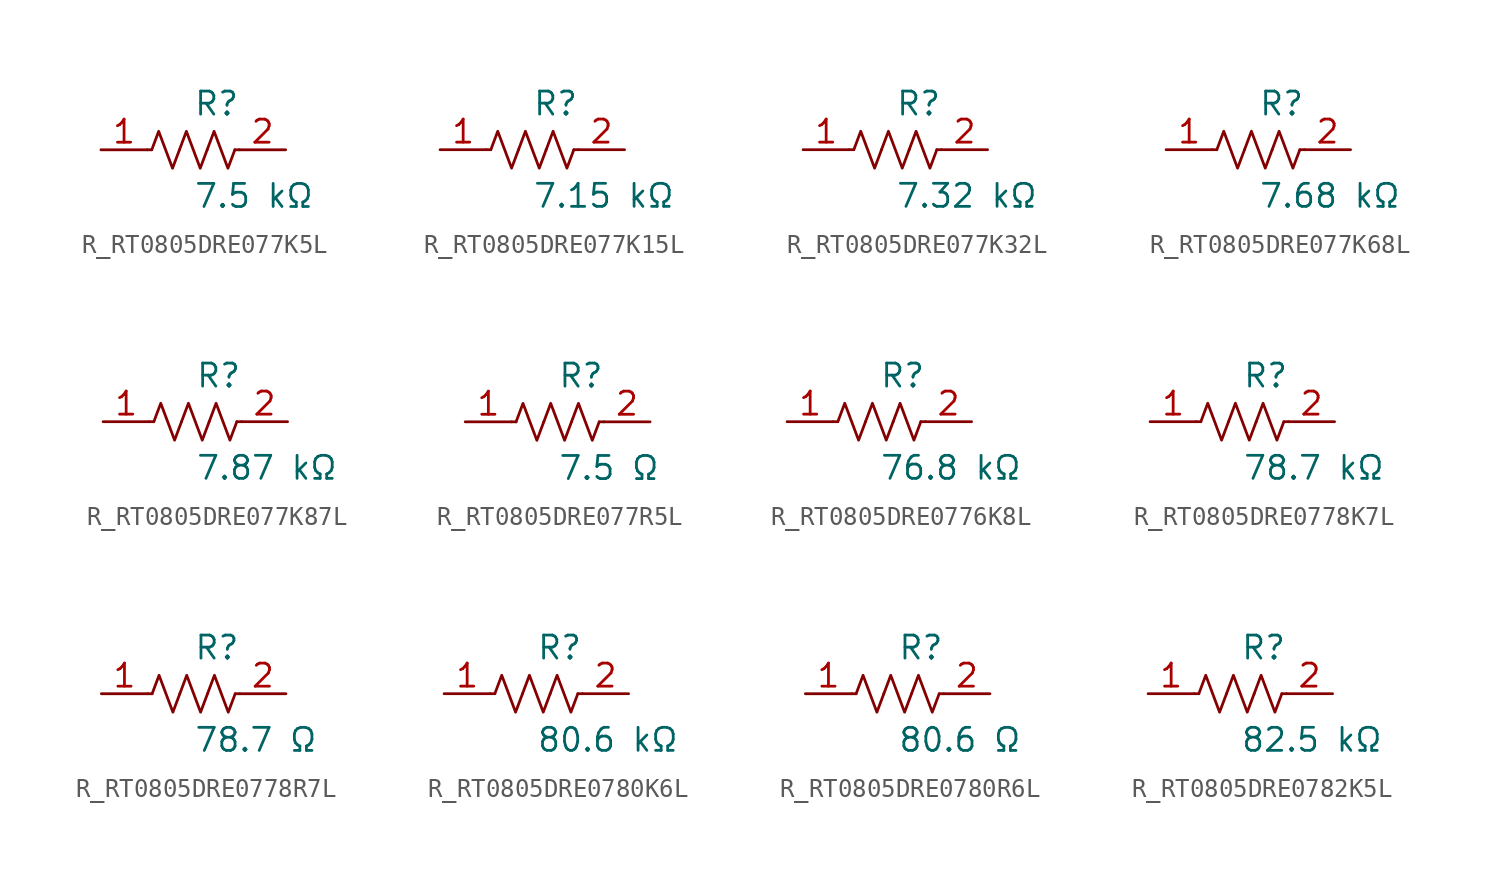
<source format=kicad_sym>
(kicad_symbol_lib
  (version 20231120)
  (generator kicad_symbol_editor)
  (generator_version 8.0)
  (symbol "R_RT0805DRE077K5L"
    (pin_names
      (offset 0.254))
    (property "Reference" "R"
      (at 0 2.54 0)
      (effects (font (size 1.27 1.27)) (justify left)))
    (property "Value" "7.5 kΩ"
      (at 0 -2.54 0)
      (effects (font (size 1.27 1.27)) (justify left)))
    (symbol "R_RT0805DRE077K5L_0_1"
      (polyline (pts (xy 2.286 0) (xy 2.54 0)) (stroke (width 0) (type default)) (fill (type none)))
      (polyline (pts (xy -2.286 0) (xy -2.54 0)) (stroke (width 0) (type default)) (fill (type none)))
      (polyline (pts (xy 0.762 0) (xy 1.143 1.016) (xy 1.524 0) (xy 1.905 -1.016) (xy 2.286 0)) (stroke (width 0) (type default)) (fill (type none)))
      (polyline (pts (xy -0.762 0) (xy -0.381 1.016) (xy 0 0) (xy 0.381 -1.016) (xy 0.762 0)) (stroke (width 0) (type default)) (fill (type none)))
      (polyline (pts (xy -2.286 0) (xy -1.905 1.016) (xy -1.524 0) (xy -1.143 -1.016) (xy -0.762 0)) (stroke (width 0) (type default)) (fill (type none))))
    (pin passive line
      (at -5.08 0 0)
      (length 2.54)
      (name "" (effects (font (size 1.27 1.27))))
      (number "1" (effects (font (size 1.27 1.27)))))
    (pin passive line
      (at 5.08 0 180)
      (length 2.54)
      (name "" (effects (font (size 1.27 1.27))))
      (number "2" (effects (font (size 1.27 1.27))))))
  (symbol "R_RT0805DRE077K15L"
    (pin_names
      (offset 0.254))
    (property "Reference" "R"
      (at 0 2.54 0)
      (effects (font (size 1.27 1.27)) (justify left)))
    (property "Value" "7.15 kΩ"
      (at 0 -2.54 0)
      (effects (font (size 1.27 1.27)) (justify left)))
    (symbol "R_RT0805DRE077K15L_0_1"
      (polyline (pts (xy 2.286 0) (xy 2.54 0)) (stroke (width 0) (type default)) (fill (type none)))
      (polyline (pts (xy -2.286 0) (xy -2.54 0)) (stroke (width 0) (type default)) (fill (type none)))
      (polyline (pts (xy 0.762 0) (xy 1.143 1.016) (xy 1.524 0) (xy 1.905 -1.016) (xy 2.286 0)) (stroke (width 0) (type default)) (fill (type none)))
      (polyline (pts (xy -0.762 0) (xy -0.381 1.016) (xy 0 0) (xy 0.381 -1.016) (xy 0.762 0)) (stroke (width 0) (type default)) (fill (type none)))
      (polyline (pts (xy -2.286 0) (xy -1.905 1.016) (xy -1.524 0) (xy -1.143 -1.016) (xy -0.762 0)) (stroke (width 0) (type default)) (fill (type none))))
    (pin passive line
      (at -5.08 0 0)
      (length 2.54)
      (name "" (effects (font (size 1.27 1.27))))
      (number "1" (effects (font (size 1.27 1.27)))))
    (pin passive line
      (at 5.08 0 180)
      (length 2.54)
      (name "" (effects (font (size 1.27 1.27))))
      (number "2" (effects (font (size 1.27 1.27))))))
  (symbol "R_RT0805DRE077K32L"
    (pin_names
      (offset 0.254))
    (property "Reference" "R"
      (at 0 2.54 0)
      (effects (font (size 1.27 1.27)) (justify left)))
    (property "Value" "7.32 kΩ"
      (at 0 -2.54 0)
      (effects (font (size 1.27 1.27)) (justify left)))
    (symbol "R_RT0805DRE077K32L_0_1"
      (polyline (pts (xy 2.286 0) (xy 2.54 0)) (stroke (width 0) (type default)) (fill (type none)))
      (polyline (pts (xy -2.286 0) (xy -2.54 0)) (stroke (width 0) (type default)) (fill (type none)))
      (polyline (pts (xy 0.762 0) (xy 1.143 1.016) (xy 1.524 0) (xy 1.905 -1.016) (xy 2.286 0)) (stroke (width 0) (type default)) (fill (type none)))
      (polyline (pts (xy -0.762 0) (xy -0.381 1.016) (xy 0 0) (xy 0.381 -1.016) (xy 0.762 0)) (stroke (width 0) (type default)) (fill (type none)))
      (polyline (pts (xy -2.286 0) (xy -1.905 1.016) (xy -1.524 0) (xy -1.143 -1.016) (xy -0.762 0)) (stroke (width 0) (type default)) (fill (type none))))
    (pin passive line
      (at -5.08 0 0)
      (length 2.54)
      (name "" (effects (font (size 1.27 1.27))))
      (number "1" (effects (font (size 1.27 1.27)))))
    (pin passive line
      (at 5.08 0 180)
      (length 2.54)
      (name "" (effects (font (size 1.27 1.27))))
      (number "2" (effects (font (size 1.27 1.27))))))
  (symbol "R_RT0805DRE077K68L"
    (pin_names
      (offset 0.254))
    (property "Reference" "R"
      (at 0 2.54 0)
      (effects (font (size 1.27 1.27)) (justify left)))
    (property "Value" "7.68 kΩ"
      (at 0 -2.54 0)
      (effects (font (size 1.27 1.27)) (justify left)))
    (symbol "R_RT0805DRE077K68L_0_1"
      (polyline (pts (xy 2.286 0) (xy 2.54 0)) (stroke (width 0) (type default)) (fill (type none)))
      (polyline (pts (xy -2.286 0) (xy -2.54 0)) (stroke (width 0) (type default)) (fill (type none)))
      (polyline (pts (xy 0.762 0) (xy 1.143 1.016) (xy 1.524 0) (xy 1.905 -1.016) (xy 2.286 0)) (stroke (width 0) (type default)) (fill (type none)))
      (polyline (pts (xy -0.762 0) (xy -0.381 1.016) (xy 0 0) (xy 0.381 -1.016) (xy 0.762 0)) (stroke (width 0) (type default)) (fill (type none)))
      (polyline (pts (xy -2.286 0) (xy -1.905 1.016) (xy -1.524 0) (xy -1.143 -1.016) (xy -0.762 0)) (stroke (width 0) (type default)) (fill (type none))))
    (pin passive line
      (at -5.08 0 0)
      (length 2.54)
      (name "" (effects (font (size 1.27 1.27))))
      (number "1" (effects (font (size 1.27 1.27)))))
    (pin passive line
      (at 5.08 0 180)
      (length 2.54)
      (name "" (effects (font (size 1.27 1.27))))
      (number "2" (effects (font (size 1.27 1.27))))))
  (symbol "R_RT0805DRE077K87L"
    (pin_names
      (offset 0.254))
    (property "Reference" "R"
      (at 0 2.54 0)
      (effects (font (size 1.27 1.27)) (justify left)))
    (property "Value" "7.87 kΩ"
      (at 0 -2.54 0)
      (effects (font (size 1.27 1.27)) (justify left)))
    (symbol "R_RT0805DRE077K87L_0_1"
      (polyline (pts (xy 2.286 0) (xy 2.54 0)) (stroke (width 0) (type default)) (fill (type none)))
      (polyline (pts (xy -2.286 0) (xy -2.54 0)) (stroke (width 0) (type default)) (fill (type none)))
      (polyline (pts (xy 0.762 0) (xy 1.143 1.016) (xy 1.524 0) (xy 1.905 -1.016) (xy 2.286 0)) (stroke (width 0) (type default)) (fill (type none)))
      (polyline (pts (xy -0.762 0) (xy -0.381 1.016) (xy 0 0) (xy 0.381 -1.016) (xy 0.762 0)) (stroke (width 0) (type default)) (fill (type none)))
      (polyline (pts (xy -2.286 0) (xy -1.905 1.016) (xy -1.524 0) (xy -1.143 -1.016) (xy -0.762 0)) (stroke (width 0) (type default)) (fill (type none))))
    (pin passive line
      (at -5.08 0 0)
      (length 2.54)
      (name "" (effects (font (size 1.27 1.27))))
      (number "1" (effects (font (size 1.27 1.27)))))
    (pin passive line
      (at 5.08 0 180)
      (length 2.54)
      (name "" (effects (font (size 1.27 1.27))))
      (number "2" (effects (font (size 1.27 1.27))))))
  (symbol "R_RT0805DRE077R5L"
    (pin_names
      (offset 0.254))
    (property "Reference" "R"
      (at 0 2.54 0)
      (effects (font (size 1.27 1.27)) (justify left)))
    (property "Value" "7.5 Ω"
      (at 0 -2.54 0)
      (effects (font (size 1.27 1.27)) (justify left)))
    (symbol "R_RT0805DRE077R5L_0_1"
      (polyline (pts (xy 2.286 0) (xy 2.54 0)) (stroke (width 0) (type default)) (fill (type none)))
      (polyline (pts (xy -2.286 0) (xy -2.54 0)) (stroke (width 0) (type default)) (fill (type none)))
      (polyline (pts (xy 0.762 0) (xy 1.143 1.016) (xy 1.524 0) (xy 1.905 -1.016) (xy 2.286 0)) (stroke (width 0) (type default)) (fill (type none)))
      (polyline (pts (xy -0.762 0) (xy -0.381 1.016) (xy 0 0) (xy 0.381 -1.016) (xy 0.762 0)) (stroke (width 0) (type default)) (fill (type none)))
      (polyline (pts (xy -2.286 0) (xy -1.905 1.016) (xy -1.524 0) (xy -1.143 -1.016) (xy -0.762 0)) (stroke (width 0) (type default)) (fill (type none))))
    (pin passive line
      (at -5.08 0 0)
      (length 2.54)
      (name "" (effects (font (size 1.27 1.27))))
      (number "1" (effects (font (size 1.27 1.27)))))
    (pin passive line
      (at 5.08 0 180)
      (length 2.54)
      (name "" (effects (font (size 1.27 1.27))))
      (number "2" (effects (font (size 1.27 1.27))))))
  (symbol "R_RT0805DRE0776K8L"
    (pin_names
      (offset 0.254))
    (property "Reference" "R"
      (at 0 2.54 0)
      (effects (font (size 1.27 1.27)) (justify left)))
    (property "Value" "76.8 kΩ"
      (at 0 -2.54 0)
      (effects (font (size 1.27 1.27)) (justify left)))
    (symbol "R_RT0805DRE0776K8L_0_1"
      (polyline (pts (xy 2.286 0) (xy 2.54 0)) (stroke (width 0) (type default)) (fill (type none)))
      (polyline (pts (xy -2.286 0) (xy -2.54 0)) (stroke (width 0) (type default)) (fill (type none)))
      (polyline (pts (xy 0.762 0) (xy 1.143 1.016) (xy 1.524 0) (xy 1.905 -1.016) (xy 2.286 0)) (stroke (width 0) (type default)) (fill (type none)))
      (polyline (pts (xy -0.762 0) (xy -0.381 1.016) (xy 0 0) (xy 0.381 -1.016) (xy 0.762 0)) (stroke (width 0) (type default)) (fill (type none)))
      (polyline (pts (xy -2.286 0) (xy -1.905 1.016) (xy -1.524 0) (xy -1.143 -1.016) (xy -0.762 0)) (stroke (width 0) (type default)) (fill (type none))))
    (pin passive line
      (at -5.08 0 0)
      (length 2.54)
      (name "" (effects (font (size 1.27 1.27))))
      (number "1" (effects (font (size 1.27 1.27)))))
    (pin passive line
      (at 5.08 0 180)
      (length 2.54)
      (name "" (effects (font (size 1.27 1.27))))
      (number "2" (effects (font (size 1.27 1.27))))))
  (symbol "R_RT0805DRE0778K7L"
    (pin_names
      (offset 0.254))
    (property "Reference" "R"
      (at 0 2.54 0)
      (effects (font (size 1.27 1.27)) (justify left)))
    (property "Value" "78.7 kΩ"
      (at 0 -2.54 0)
      (effects (font (size 1.27 1.27)) (justify left)))
    (symbol "R_RT0805DRE0778K7L_0_1"
      (polyline (pts (xy 2.286 0) (xy 2.54 0)) (stroke (width 0) (type default)) (fill (type none)))
      (polyline (pts (xy -2.286 0) (xy -2.54 0)) (stroke (width 0) (type default)) (fill (type none)))
      (polyline (pts (xy 0.762 0) (xy 1.143 1.016) (xy 1.524 0) (xy 1.905 -1.016) (xy 2.286 0)) (stroke (width 0) (type default)) (fill (type none)))
      (polyline (pts (xy -0.762 0) (xy -0.381 1.016) (xy 0 0) (xy 0.381 -1.016) (xy 0.762 0)) (stroke (width 0) (type default)) (fill (type none)))
      (polyline (pts (xy -2.286 0) (xy -1.905 1.016) (xy -1.524 0) (xy -1.143 -1.016) (xy -0.762 0)) (stroke (width 0) (type default)) (fill (type none))))
    (pin passive line
      (at -5.08 0 0)
      (length 2.54)
      (name "" (effects (font (size 1.27 1.27))))
      (number "1" (effects (font (size 1.27 1.27)))))
    (pin passive line
      (at 5.08 0 180)
      (length 2.54)
      (name "" (effects (font (size 1.27 1.27))))
      (number "2" (effects (font (size 1.27 1.27))))))
  (symbol "R_RT0805DRE0778R7L"
    (pin_names
      (offset 0.254))
    (property "Reference" "R"
      (at 0 2.54 0)
      (effects (font (size 1.27 1.27)) (justify left)))
    (property "Value" "78.7 Ω"
      (at 0 -2.54 0)
      (effects (font (size 1.27 1.27)) (justify left)))
    (symbol "R_RT0805DRE0778R7L_0_1"
      (polyline (pts (xy 2.286 0) (xy 2.54 0)) (stroke (width 0) (type default)) (fill (type none)))
      (polyline (pts (xy -2.286 0) (xy -2.54 0)) (stroke (width 0) (type default)) (fill (type none)))
      (polyline (pts (xy 0.762 0) (xy 1.143 1.016) (xy 1.524 0) (xy 1.905 -1.016) (xy 2.286 0)) (stroke (width 0) (type default)) (fill (type none)))
      (polyline (pts (xy -0.762 0) (xy -0.381 1.016) (xy 0 0) (xy 0.381 -1.016) (xy 0.762 0)) (stroke (width 0) (type default)) (fill (type none)))
      (polyline (pts (xy -2.286 0) (xy -1.905 1.016) (xy -1.524 0) (xy -1.143 -1.016) (xy -0.762 0)) (stroke (width 0) (type default)) (fill (type none))))
    (pin passive line
      (at -5.08 0 0)
      (length 2.54)
      (name "" (effects (font (size 1.27 1.27))))
      (number "1" (effects (font (size 1.27 1.27)))))
    (pin passive line
      (at 5.08 0 180)
      (length 2.54)
      (name "" (effects (font (size 1.27 1.27))))
      (number "2" (effects (font (size 1.27 1.27))))))
  (symbol "R_RT0805DRE0780K6L"
    (pin_names
      (offset 0.254))
    (property "Reference" "R"
      (at 0 2.54 0)
      (effects (font (size 1.27 1.27)) (justify left)))
    (property "Value" "80.6 kΩ"
      (at 0 -2.54 0)
      (effects (font (size 1.27 1.27)) (justify left)))
    (symbol "R_RT0805DRE0780K6L_0_1"
      (polyline (pts (xy 2.286 0) (xy 2.54 0)) (stroke (width 0) (type default)) (fill (type none)))
      (polyline (pts (xy -2.286 0) (xy -2.54 0)) (stroke (width 0) (type default)) (fill (type none)))
      (polyline (pts (xy 0.762 0) (xy 1.143 1.016) (xy 1.524 0) (xy 1.905 -1.016) (xy 2.286 0)) (stroke (width 0) (type default)) (fill (type none)))
      (polyline (pts (xy -0.762 0) (xy -0.381 1.016) (xy 0 0) (xy 0.381 -1.016) (xy 0.762 0)) (stroke (width 0) (type default)) (fill (type none)))
      (polyline (pts (xy -2.286 0) (xy -1.905 1.016) (xy -1.524 0) (xy -1.143 -1.016) (xy -0.762 0)) (stroke (width 0) (type default)) (fill (type none))))
    (pin passive line
      (at -5.08 0 0)
      (length 2.54)
      (name "" (effects (font (size 1.27 1.27))))
      (number "1" (effects (font (size 1.27 1.27)))))
    (pin passive line
      (at 5.08 0 180)
      (length 2.54)
      (name "" (effects (font (size 1.27 1.27))))
      (number "2" (effects (font (size 1.27 1.27))))))
  (symbol "R_RT0805DRE0780R6L"
    (pin_names
      (offset 0.254))
    (property "Reference" "R"
      (at 0 2.54 0)
      (effects (font (size 1.27 1.27)) (justify left)))
    (property "Value" "80.6 Ω"
      (at 0 -2.54 0)
      (effects (font (size 1.27 1.27)) (justify left)))
    (symbol "R_RT0805DRE0780R6L_0_1"
      (polyline (pts (xy 2.286 0) (xy 2.54 0)) (stroke (width 0) (type default)) (fill (type none)))
      (polyline (pts (xy -2.286 0) (xy -2.54 0)) (stroke (width 0) (type default)) (fill (type none)))
      (polyline (pts (xy 0.762 0) (xy 1.143 1.016) (xy 1.524 0) (xy 1.905 -1.016) (xy 2.286 0)) (stroke (width 0) (type default)) (fill (type none)))
      (polyline (pts (xy -0.762 0) (xy -0.381 1.016) (xy 0 0) (xy 0.381 -1.016) (xy 0.762 0)) (stroke (width 0) (type default)) (fill (type none)))
      (polyline (pts (xy -2.286 0) (xy -1.905 1.016) (xy -1.524 0) (xy -1.143 -1.016) (xy -0.762 0)) (stroke (width 0) (type default)) (fill (type none))))
    (pin passive line
      (at -5.08 0 0)
      (length 2.54)
      (name "" (effects (font (size 1.27 1.27))))
      (number "1" (effects (font (size 1.27 1.27)))))
    (pin passive line
      (at 5.08 0 180)
      (length 2.54)
      (name "" (effects (font (size 1.27 1.27))))
      (number "2" (effects (font (size 1.27 1.27))))))
  (symbol "R_RT0805DRE0782K5L"
    (pin_names
      (offset 0.254))
    (property "Reference" "R"
      (at 0 2.54 0)
      (effects (font (size 1.27 1.27)) (justify left)))
    (property "Value" "82.5 kΩ"
      (at 0 -2.54 0)
      (effects (font (size 1.27 1.27)) (justify left)))
    (symbol "R_RT0805DRE0782K5L_0_1"
      (polyline (pts (xy 2.286 0) (xy 2.54 0)) (stroke (width 0) (type default)) (fill (type none)))
      (polyline (pts (xy -2.286 0) (xy -2.54 0)) (stroke (width 0) (type default)) (fill (type none)))
      (polyline (pts (xy 0.762 0) (xy 1.143 1.016) (xy 1.524 0) (xy 1.905 -1.016) (xy 2.286 0)) (stroke (width 0) (type default)) (fill (type none)))
      (polyline (pts (xy -0.762 0) (xy -0.381 1.016) (xy 0 0) (xy 0.381 -1.016) (xy 0.762 0)) (stroke (width 0) (type default)) (fill (type none)))
      (polyline (pts (xy -2.286 0) (xy -1.905 1.016) (xy -1.524 0) (xy -1.143 -1.016) (xy -0.762 0)) (stroke (width 0) (type default)) (fill (type none))))
    (pin passive line
      (at -5.08 0 0)
      (length 2.54)
      (name "" (effects (font (size 1.27 1.27))))
      (number "1" (effects (font (size 1.27 1.27)))))
    (pin passive line
      (at 5.08 0 180)
      (length 2.54)
      (name "" (effects (font (size 1.27 1.27))))
      (number "2" (effects (font (size 1.27 1.27)))))))
</source>
